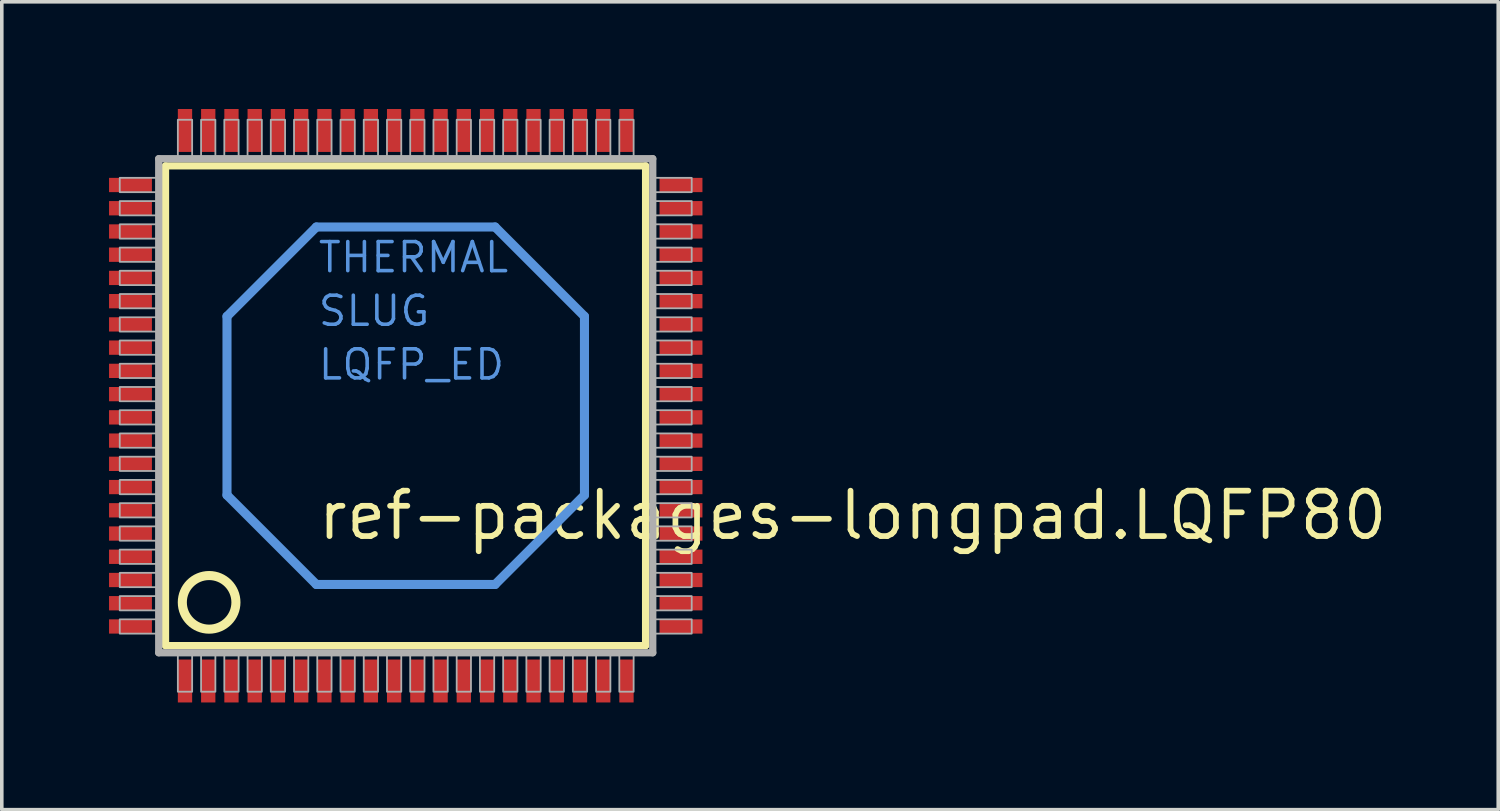
<source format=kicad_pcb>
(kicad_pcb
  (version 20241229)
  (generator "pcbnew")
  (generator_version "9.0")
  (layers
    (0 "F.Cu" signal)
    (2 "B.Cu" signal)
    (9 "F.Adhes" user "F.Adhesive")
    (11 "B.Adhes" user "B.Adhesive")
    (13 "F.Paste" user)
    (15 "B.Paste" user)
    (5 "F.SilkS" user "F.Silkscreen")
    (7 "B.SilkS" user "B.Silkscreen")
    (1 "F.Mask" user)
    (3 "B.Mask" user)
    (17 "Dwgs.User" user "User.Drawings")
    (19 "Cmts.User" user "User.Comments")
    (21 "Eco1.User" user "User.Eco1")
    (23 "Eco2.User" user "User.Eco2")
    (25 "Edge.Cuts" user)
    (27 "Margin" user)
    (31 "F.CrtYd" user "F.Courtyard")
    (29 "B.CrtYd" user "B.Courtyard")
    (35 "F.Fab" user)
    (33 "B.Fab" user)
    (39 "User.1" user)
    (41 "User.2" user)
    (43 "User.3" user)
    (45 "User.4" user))
  (footprint "ref-packages-longpad.LQFP80"
    (layer "F.Cu")
    (at 8.3 8.3)
    (property "Reference" "ref-packages-longpad.LQFP80" (at -2.54 3.81 0) (layer "F.SilkS") (effects (font (size 1.27 1.27) (thickness 0.16)) (justify left bottom)))
    (attr smd)
    (fp_line (start -6.72 -6.71) (end 6.71 -6.71) (stroke (width 0.203) (type default)) (layer "F.SilkS"))
    (fp_line (start -6.72 6.71) (end -6.72 -6.71) (stroke (width 0.203) (type default)) (layer "F.SilkS"))
    (fp_line (start 6.71 -6.71) (end 6.71 6.71) (stroke (width 0.203) (type default)) (layer "F.SilkS"))
    (fp_line (start 6.71 6.71) (end -6.72 6.71) (stroke (width 0.203) (type default)) (layer "F.SilkS"))
    (fp_circle (center -5.5 5.5) (end -4.75 5.5) (stroke (width 0.254) (type default)) (fill no) (layer "F.SilkS"))
    (fp_line (start -5 -2.5) (end -2.5 -5) (stroke (width 0.254) (type default)) (layer "Cmts.User"))
    (fp_line (start -5 2.5) (end -5 -2.5) (stroke (width 0.254) (type default)) (layer "Cmts.User"))
    (fp_line (start -2.5 -5) (end 2.5 -5) (stroke (width 0.254) (type default)) (layer "Cmts.User"))
    (fp_line (start -2.5 5) (end -5 2.5) (stroke (width 0.254) (type default)) (layer "Cmts.User"))
    (fp_line (start 2.5 -5) (end 5 -2.5) (stroke (width 0.254) (type default)) (layer "Cmts.User"))
    (fp_line (start 2.5 5) (end -2.5 5) (stroke (width 0.254) (type default)) (layer "Cmts.User"))
    (fp_line (start 5 -2.5) (end 5 2.5) (stroke (width 0.254) (type default)) (layer "Cmts.User"))
    (fp_line (start 5 2.5) (end 2.5 5) (stroke (width 0.254) (type default)) (layer "Cmts.User"))
    (fp_line (start -6.91 -6.91) (end -6.91 6.91) (stroke (width 0.203) (type default)) (layer "F.Fab"))
    (fp_line (start -6.91 6.91) (end 6.91 6.91) (stroke (width 0.203) (type default)) (layer "F.Fab"))
    (fp_line (start 6.91 -6.91) (end -6.91 -6.91) (stroke (width 0.203) (type default)) (layer "F.Fab"))
    (fp_line (start 6.91 6.91) (end 6.91 -6.91) (stroke (width 0.203) (type default)) (layer "F.Fab"))
    (fp_rect (start -8 -5.975) (end -6.95 -6.375) (stroke (width 0.05) (type default)) (fill no) (layer "F.Fab"))
    (fp_rect (start -8 -5.325) (end -6.95 -5.725) (stroke (width 0.05) (type default)) (fill no) (layer "F.Fab"))
    (fp_rect (start -8 -4.675) (end -6.95 -5.075) (stroke (width 0.05) (type default)) (fill no) (layer "F.Fab"))
    (fp_rect (start -8 -4.025) (end -6.95 -4.425) (stroke (width 0.05) (type default)) (fill no) (layer "F.Fab"))
    (fp_rect (start -8 -3.375) (end -6.95 -3.775) (stroke (width 0.05) (type default)) (fill no) (layer "F.Fab"))
    (fp_rect (start -8 -2.725) (end -6.95 -3.125) (stroke (width 0.05) (type default)) (fill no) (layer "F.Fab"))
    (fp_rect (start -8 -2.075) (end -6.95 -2.475) (stroke (width 0.05) (type default)) (fill no) (layer "F.Fab"))
    (fp_rect (start -8 -1.425) (end -6.95 -1.825) (stroke (width 0.05) (type default)) (fill no) (layer "F.Fab"))
    (fp_rect (start -8 -0.775) (end -6.95 -1.175) (stroke (width 0.05) (type default)) (fill no) (layer "F.Fab"))
    (fp_rect (start -8 -0.125) (end -6.95 -0.525) (stroke (width 0.05) (type default)) (fill no) (layer "F.Fab"))
    (fp_rect (start -8 0.525) (end -6.95 0.125) (stroke (width 0.05) (type default)) (fill no) (layer "F.Fab"))
    (fp_rect (start -8 1.175) (end -6.95 0.775) (stroke (width 0.05) (type default)) (fill no) (layer "F.Fab"))
    (fp_rect (start -8 1.825) (end -6.95 1.425) (stroke (width 0.05) (type default)) (fill no) (layer "F.Fab"))
    (fp_rect (start -8 2.475) (end -6.95 2.075) (stroke (width 0.05) (type default)) (fill no) (layer "F.Fab"))
    (fp_rect (start -8 3.125) (end -6.95 2.725) (stroke (width 0.05) (type default)) (fill no) (layer "F.Fab"))
    (fp_rect (start -8 3.775) (end -6.95 3.375) (stroke (width 0.05) (type default)) (fill no) (layer "F.Fab"))
    (fp_rect (start -8 4.425) (end -6.95 4.025) (stroke (width 0.05) (type default)) (fill no) (layer "F.Fab"))
    (fp_rect (start -8 5.075) (end -6.95 4.675) (stroke (width 0.05) (type default)) (fill no) (layer "F.Fab"))
    (fp_rect (start -8 5.725) (end -6.95 5.325) (stroke (width 0.05) (type default)) (fill no) (layer "F.Fab"))
    (fp_rect (start -8 6.375) (end -6.95 5.975) (stroke (width 0.05) (type default)) (fill no) (layer "F.Fab"))
    (fp_rect (start -6.375 -6.95) (end -5.975 -8) (stroke (width 0.05) (type default)) (fill no) (layer "F.Fab"))
    (fp_rect (start -6.375 8) (end -5.975 6.95) (stroke (width 0.05) (type default)) (fill no) (layer "F.Fab"))
    (fp_rect (start -5.725 -6.95) (end -5.325 -8) (stroke (width 0.05) (type default)) (fill no) (layer "F.Fab"))
    (fp_rect (start -5.725 8) (end -5.325 6.95) (stroke (width 0.05) (type default)) (fill no) (layer "F.Fab"))
    (fp_rect (start -5.075 -6.95) (end -4.675 -8) (stroke (width 0.05) (type default)) (fill no) (layer "F.Fab"))
    (fp_rect (start -5.075 8) (end -4.675 6.95) (stroke (width 0.05) (type default)) (fill no) (layer "F.Fab"))
    (fp_rect (start -4.425 -6.95) (end -4.025 -8) (stroke (width 0.05) (type default)) (fill no) (layer "F.Fab"))
    (fp_rect (start -4.425 8) (end -4.025 6.95) (stroke (width 0.05) (type default)) (fill no) (layer "F.Fab"))
    (fp_rect (start -3.775 -6.95) (end -3.375 -8) (stroke (width 0.05) (type default)) (fill no) (layer "F.Fab"))
    (fp_rect (start -3.775 8) (end -3.375 6.95) (stroke (width 0.05) (type default)) (fill no) (layer "F.Fab"))
    (fp_rect (start -3.125 -6.95) (end -2.725 -8) (stroke (width 0.05) (type default)) (fill no) (layer "F.Fab"))
    (fp_rect (start -3.125 8) (end -2.725 6.95) (stroke (width 0.05) (type default)) (fill no) (layer "F.Fab"))
    (fp_rect (start -2.475 -6.95) (end -2.075 -8) (stroke (width 0.05) (type default)) (fill no) (layer "F.Fab"))
    (fp_rect (start -2.475 8) (end -2.075 6.95) (stroke (width 0.05) (type default)) (fill no) (layer "F.Fab"))
    (fp_rect (start -1.825 -6.95) (end -1.425 -8) (stroke (width 0.05) (type default)) (fill no) (layer "F.Fab"))
    (fp_rect (start -1.825 8) (end -1.425 6.95) (stroke (width 0.05) (type default)) (fill no) (layer "F.Fab"))
    (fp_rect (start -1.175 -6.95) (end -0.775 -8) (stroke (width 0.05) (type default)) (fill no) (layer "F.Fab"))
    (fp_rect (start -1.175 8) (end -0.775 6.95) (stroke (width 0.05) (type default)) (fill no) (layer "F.Fab"))
    (fp_rect (start -0.525 -6.95) (end -0.125 -8) (stroke (width 0.05) (type default)) (fill no) (layer "F.Fab"))
    (fp_rect (start -0.525 8) (end -0.125 6.95) (stroke (width 0.05) (type default)) (fill no) (layer "F.Fab"))
    (fp_rect (start 0.125 -6.95) (end 0.525 -8) (stroke (width 0.05) (type default)) (fill no) (layer "F.Fab"))
    (fp_rect (start 0.125 8) (end 0.525 6.95) (stroke (width 0.05) (type default)) (fill no) (layer "F.Fab"))
    (fp_rect (start 0.775 -6.95) (end 1.175 -8) (stroke (width 0.05) (type default)) (fill no) (layer "F.Fab"))
    (fp_rect (start 0.775 8) (end 1.175 6.95) (stroke (width 0.05) (type default)) (fill no) (layer "F.Fab"))
    (fp_rect (start 1.425 -6.95) (end 1.825 -8) (stroke (width 0.05) (type default)) (fill no) (layer "F.Fab"))
    (fp_rect (start 1.425 8) (end 1.825 6.95) (stroke (width 0.05) (type default)) (fill no) (layer "F.Fab"))
    (fp_rect (start 2.075 -6.95) (end 2.475 -8) (stroke (width 0.05) (type default)) (fill no) (layer "F.Fab"))
    (fp_rect (start 2.075 8) (end 2.475 6.95) (stroke (width 0.05) (type default)) (fill no) (layer "F.Fab"))
    (fp_rect (start 2.725 -6.95) (end 3.125 -8) (stroke (width 0.05) (type default)) (fill no) (layer "F.Fab"))
    (fp_rect (start 2.725 8) (end 3.125 6.95) (stroke (width 0.05) (type default)) (fill no) (layer "F.Fab"))
    (fp_rect (start 3.375 -6.95) (end 3.775 -8) (stroke (width 0.05) (type default)) (fill no) (layer "F.Fab"))
    (fp_rect (start 3.375 8) (end 3.775 6.95) (stroke (width 0.05) (type default)) (fill no) (layer "F.Fab"))
    (fp_rect (start 4.025 -6.95) (end 4.425 -8) (stroke (width 0.05) (type default)) (fill no) (layer "F.Fab"))
    (fp_rect (start 4.025 8) (end 4.425 6.95) (stroke (width 0.05) (type default)) (fill no) (layer "F.Fab"))
    (fp_rect (start 4.675 -6.95) (end 5.075 -8) (stroke (width 0.05) (type default)) (fill no) (layer "F.Fab"))
    (fp_rect (start 4.675 8) (end 5.075 6.95) (stroke (width 0.05) (type default)) (fill no) (layer "F.Fab"))
    (fp_rect (start 5.325 -6.95) (end 5.725 -8) (stroke (width 0.05) (type default)) (fill no) (layer "F.Fab"))
    (fp_rect (start 5.325 8) (end 5.725 6.95) (stroke (width 0.05) (type default)) (fill no) (layer "F.Fab"))
    (fp_rect (start 5.975 -6.95) (end 6.375 -8) (stroke (width 0.05) (type default)) (fill no) (layer "F.Fab"))
    (fp_rect (start 5.975 8) (end 6.375 6.95) (stroke (width 0.05) (type default)) (fill no) (layer "F.Fab"))
    (fp_rect (start 6.95 -5.975) (end 8 -6.375) (stroke (width 0.05) (type default)) (fill no) (layer "F.Fab"))
    (fp_rect (start 6.95 -5.325) (end 8 -5.725) (stroke (width 0.05) (type default)) (fill no) (layer "F.Fab"))
    (fp_rect (start 6.95 -4.675) (end 8 -5.075) (stroke (width 0.05) (type default)) (fill no) (layer "F.Fab"))
    (fp_rect (start 6.95 -4.025) (end 8 -4.425) (stroke (width 0.05) (type default)) (fill no) (layer "F.Fab"))
    (fp_rect (start 6.95 -3.375) (end 8 -3.775) (stroke (width 0.05) (type default)) (fill no) (layer "F.Fab"))
    (fp_rect (start 6.95 -2.725) (end 8 -3.125) (stroke (width 0.05) (type default)) (fill no) (layer "F.Fab"))
    (fp_rect (start 6.95 -2.075) (end 8 -2.475) (stroke (width 0.05) (type default)) (fill no) (layer "F.Fab"))
    (fp_rect (start 6.95 -1.425) (end 8 -1.825) (stroke (width 0.05) (type default)) (fill no) (layer "F.Fab"))
    (fp_rect (start 6.95 -0.775) (end 8 -1.175) (stroke (width 0.05) (type default)) (fill no) (layer "F.Fab"))
    (fp_rect (start 6.95 -0.125) (end 8 -0.525) (stroke (width 0.05) (type default)) (fill no) (layer "F.Fab"))
    (fp_rect (start 6.95 0.525) (end 8 0.125) (stroke (width 0.05) (type default)) (fill no) (layer "F.Fab"))
    (fp_rect (start 6.95 1.175) (end 8 0.775) (stroke (width 0.05) (type default)) (fill no) (layer "F.Fab"))
    (fp_rect (start 6.95 1.825) (end 8 1.425) (stroke (width 0.05) (type default)) (fill no) (layer "F.Fab"))
    (fp_rect (start 6.95 2.475) (end 8 2.075) (stroke (width 0.05) (type default)) (fill no) (layer "F.Fab"))
    (fp_rect (start 6.95 3.125) (end 8 2.725) (stroke (width 0.05) (type default)) (fill no) (layer "F.Fab"))
    (fp_rect (start 6.95 3.775) (end 8 3.375) (stroke (width 0.05) (type default)) (fill no) (layer "F.Fab"))
    (fp_rect (start 6.95 4.425) (end 8 4.025) (stroke (width 0.05) (type default)) (fill no) (layer "F.Fab"))
    (fp_rect (start 6.95 5.075) (end 8 4.675) (stroke (width 0.05) (type default)) (fill no) (layer "F.Fab"))
    (fp_rect (start 6.95 5.725) (end 8 5.325) (stroke (width 0.05) (type default)) (fill no) (layer "F.Fab"))
    (fp_rect (start 6.95 6.375) (end 8 5.975) (stroke (width 0.05) (type default)) (fill no) (layer "F.Fab"))
    (fp_text user "SLUG" (at -2.5 -2.175 0) (layer "Cmts.User") (effects (font (size 0.813 0.813) (thickness 0.1)) (justify left bottom)))
    (fp_text user "THERMAL" (at -2.5 -3.675 0) (layer "Cmts.User") (effects (font (size 0.813 0.813) (thickness 0.1)) (justify left bottom)))
    (fp_text user "LQFP_ED" (at -2.5 -0.675 0) (layer "Cmts.User") (effects (font (size 0.813 0.813) (thickness 0.1)) (justify left bottom)))
    (pad "1" smd roundrect (at -6.175 7.7) (size 0.4 1.2) (layers "F.Cu" "F.Mask" "F.Paste") (roundrect_rratio 0.01))
    (pad "2" smd roundrect (at -5.525 7.7) (size 0.4 1.2) (layers "F.Cu" "F.Mask" "F.Paste") (roundrect_rratio 0.01))
    (pad "3" smd roundrect (at -4.875 7.7) (size 0.4 1.2) (layers "F.Cu" "F.Mask" "F.Paste") (roundrect_rratio 0.01))
    (pad "4" smd roundrect (at -4.225 7.7) (size 0.4 1.2) (layers "F.Cu" "F.Mask" "F.Paste") (roundrect_rratio 0.01))
    (pad "5" smd roundrect (at -3.575 7.7) (size 0.4 1.2) (layers "F.Cu" "F.Mask" "F.Paste") (roundrect_rratio 0.01))
    (pad "6" smd roundrect (at -2.925 7.7) (size 0.4 1.2) (layers "F.Cu" "F.Mask" "F.Paste") (roundrect_rratio 0.01))
    (pad "7" smd roundrect (at -2.275 7.7) (size 0.4 1.2) (layers "F.Cu" "F.Mask" "F.Paste") (roundrect_rratio 0.01))
    (pad "8" smd roundrect (at -1.625 7.7) (size 0.4 1.2) (layers "F.Cu" "F.Mask" "F.Paste") (roundrect_rratio 0.01))
    (pad "9" smd roundrect (at -0.975 7.7) (size 0.4 1.2) (layers "F.Cu" "F.Mask" "F.Paste") (roundrect_rratio 0.01))
    (pad "10" smd roundrect (at -0.325 7.7) (size 0.4 1.2) (layers "F.Cu" "F.Mask" "F.Paste") (roundrect_rratio 0.01))
    (pad "11" smd roundrect (at 0.325 7.7) (size 0.4 1.2) (layers "F.Cu" "F.Mask" "F.Paste") (roundrect_rratio 0.01))
    (pad "12" smd roundrect (at 0.975 7.7) (size 0.4 1.2) (layers "F.Cu" "F.Mask" "F.Paste") (roundrect_rratio 0.01))
    (pad "13" smd roundrect (at 1.625 7.7) (size 0.4 1.2) (layers "F.Cu" "F.Mask" "F.Paste") (roundrect_rratio 0.01))
    (pad "14" smd roundrect (at 2.275 7.7) (size 0.4 1.2) (layers "F.Cu" "F.Mask" "F.Paste") (roundrect_rratio 0.01))
    (pad "15" smd roundrect (at 2.925 7.7) (size 0.4 1.2) (layers "F.Cu" "F.Mask" "F.Paste") (roundrect_rratio 0.01))
    (pad "16" smd roundrect (at 3.575 7.7) (size 0.4 1.2) (layers "F.Cu" "F.Mask" "F.Paste") (roundrect_rratio 0.01))
    (pad "17" smd roundrect (at 4.225 7.7) (size 0.4 1.2) (layers "F.Cu" "F.Mask" "F.Paste") (roundrect_rratio 0.01))
    (pad "18" smd roundrect (at 4.875 7.7) (size 0.4 1.2) (layers "F.Cu" "F.Mask" "F.Paste") (roundrect_rratio 0.01))
    (pad "19" smd roundrect (at 5.525 7.7) (size 0.4 1.2) (layers "F.Cu" "F.Mask" "F.Paste") (roundrect_rratio 0.01))
    (pad "20" smd roundrect (at 6.175 7.7) (size 0.4 1.2) (layers "F.Cu" "F.Mask" "F.Paste") (roundrect_rratio 0.01))
    (pad "21" smd roundrect (at 7.7 6.175) (size 1.2 0.4) (layers "F.Cu" "F.Mask" "F.Paste") (roundrect_rratio 0.01))
    (pad "22" smd roundrect (at 7.7 5.525) (size 1.2 0.4) (layers "F.Cu" "F.Mask" "F.Paste") (roundrect_rratio 0.01))
    (pad "23" smd roundrect (at 7.7 4.875) (size 1.2 0.4) (layers "F.Cu" "F.Mask" "F.Paste") (roundrect_rratio 0.01))
    (pad "24" smd roundrect (at 7.7 4.225) (size 1.2 0.4) (layers "F.Cu" "F.Mask" "F.Paste") (roundrect_rratio 0.01))
    (pad "25" smd roundrect (at 7.7 3.575) (size 1.2 0.4) (layers "F.Cu" "F.Mask" "F.Paste") (roundrect_rratio 0.01))
    (pad "26" smd roundrect (at 7.7 2.925) (size 1.2 0.4) (layers "F.Cu" "F.Mask" "F.Paste") (roundrect_rratio 0.01))
    (pad "27" smd roundrect (at 7.7 2.275) (size 1.2 0.4) (layers "F.Cu" "F.Mask" "F.Paste") (roundrect_rratio 0.01))
    (pad "28" smd roundrect (at 7.7 1.625) (size 1.2 0.4) (layers "F.Cu" "F.Mask" "F.Paste") (roundrect_rratio 0.01))
    (pad "29" smd roundrect (at 7.7 0.975) (size 1.2 0.4) (layers "F.Cu" "F.Mask" "F.Paste") (roundrect_rratio 0.01))
    (pad "30" smd roundrect (at 7.7 0.325) (size 1.2 0.4) (layers "F.Cu" "F.Mask" "F.Paste") (roundrect_rratio 0.01))
    (pad "31" smd roundrect (at 7.7 -0.325) (size 1.2 0.4) (layers "F.Cu" "F.Mask" "F.Paste") (roundrect_rratio 0.01))
    (pad "32" smd roundrect (at 7.7 -0.975) (size 1.2 0.4) (layers "F.Cu" "F.Mask" "F.Paste") (roundrect_rratio 0.01))
    (pad "33" smd roundrect (at 7.7 -1.625) (size 1.2 0.4) (layers "F.Cu" "F.Mask" "F.Paste") (roundrect_rratio 0.01))
    (pad "34" smd roundrect (at 7.7 -2.275) (size 1.2 0.4) (layers "F.Cu" "F.Mask" "F.Paste") (roundrect_rratio 0.01))
    (pad "35" smd roundrect (at 7.7 -2.925) (size 1.2 0.4) (layers "F.Cu" "F.Mask" "F.Paste") (roundrect_rratio 0.01))
    (pad "36" smd roundrect (at 7.7 -3.575) (size 1.2 0.4) (layers "F.Cu" "F.Mask" "F.Paste") (roundrect_rratio 0.01))
    (pad "37" smd roundrect (at 7.7 -4.225) (size 1.2 0.4) (layers "F.Cu" "F.Mask" "F.Paste") (roundrect_rratio 0.01))
    (pad "38" smd roundrect (at 7.7 -4.875) (size 1.2 0.4) (layers "F.Cu" "F.Mask" "F.Paste") (roundrect_rratio 0.01))
    (pad "39" smd roundrect (at 7.7 -5.525) (size 1.2 0.4) (layers "F.Cu" "F.Mask" "F.Paste") (roundrect_rratio 0.01))
    (pad "40" smd roundrect (at 7.7 -6.175) (size 1.2 0.4) (layers "F.Cu" "F.Mask" "F.Paste") (roundrect_rratio 0.01))
    (pad "41" smd roundrect (at 6.175 -7.7) (size 0.4 1.2) (layers "F.Cu" "F.Mask" "F.Paste") (roundrect_rratio 0.01))
    (pad "42" smd roundrect (at 5.525 -7.7) (size 0.4 1.2) (layers "F.Cu" "F.Mask" "F.Paste") (roundrect_rratio 0.01))
    (pad "43" smd roundrect (at 4.875 -7.7) (size 0.4 1.2) (layers "F.Cu" "F.Mask" "F.Paste") (roundrect_rratio 0.01))
    (pad "44" smd roundrect (at 4.225 -7.7) (size 0.4 1.2) (layers "F.Cu" "F.Mask" "F.Paste") (roundrect_rratio 0.01))
    (pad "45" smd roundrect (at 3.575 -7.7) (size 0.4 1.2) (layers "F.Cu" "F.Mask" "F.Paste") (roundrect_rratio 0.01))
    (pad "46" smd roundrect (at 2.925 -7.7) (size 0.4 1.2) (layers "F.Cu" "F.Mask" "F.Paste") (roundrect_rratio 0.01))
    (pad "47" smd roundrect (at 2.275 -7.7) (size 0.4 1.2) (layers "F.Cu" "F.Mask" "F.Paste") (roundrect_rratio 0.01))
    (pad "48" smd roundrect (at 1.625 -7.7) (size 0.4 1.2) (layers "F.Cu" "F.Mask" "F.Paste") (roundrect_rratio 0.01))
    (pad "49" smd roundrect (at 0.975 -7.7) (size 0.4 1.2) (layers "F.Cu" "F.Mask" "F.Paste") (roundrect_rratio 0.01))
    (pad "50" smd roundrect (at 0.325 -7.7) (size 0.4 1.2) (layers "F.Cu" "F.Mask" "F.Paste") (roundrect_rratio 0.01))
    (pad "51" smd roundrect (at -0.325 -7.7) (size 0.4 1.2) (layers "F.Cu" "F.Mask" "F.Paste") (roundrect_rratio 0.01))
    (pad "52" smd roundrect (at -0.975 -7.7) (size 0.4 1.2) (layers "F.Cu" "F.Mask" "F.Paste") (roundrect_rratio 0.01))
    (pad "53" smd roundrect (at -1.625 -7.7) (size 0.4 1.2) (layers "F.Cu" "F.Mask" "F.Paste") (roundrect_rratio 0.01))
    (pad "54" smd roundrect (at -2.275 -7.7) (size 0.4 1.2) (layers "F.Cu" "F.Mask" "F.Paste") (roundrect_rratio 0.01))
    (pad "55" smd roundrect (at -2.925 -7.7) (size 0.4 1.2) (layers "F.Cu" "F.Mask" "F.Paste") (roundrect_rratio 0.01))
    (pad "56" smd roundrect (at -3.575 -7.7) (size 0.4 1.2) (layers "F.Cu" "F.Mask" "F.Paste") (roundrect_rratio 0.01))
    (pad "57" smd roundrect (at -4.225 -7.7) (size 0.4 1.2) (layers "F.Cu" "F.Mask" "F.Paste") (roundrect_rratio 0.01))
    (pad "58" smd roundrect (at -4.875 -7.7) (size 0.4 1.2) (layers "F.Cu" "F.Mask" "F.Paste") (roundrect_rratio 0.01))
    (pad "59" smd roundrect (at -5.525 -7.7) (size 0.4 1.2) (layers "F.Cu" "F.Mask" "F.Paste") (roundrect_rratio 0.01))
    (pad "60" smd roundrect (at -6.175 -7.7) (size 0.4 1.2) (layers "F.Cu" "F.Mask" "F.Paste") (roundrect_rratio 0.01))
    (pad "61" smd roundrect (at -7.7 -6.175) (size 1.2 0.4) (layers "F.Cu" "F.Mask" "F.Paste") (roundrect_rratio 0.01))
    (pad "62" smd roundrect (at -7.7 -5.525) (size 1.2 0.4) (layers "F.Cu" "F.Mask" "F.Paste") (roundrect_rratio 0.01))
    (pad "63" smd roundrect (at -7.7 -4.875) (size 1.2 0.4) (layers "F.Cu" "F.Mask" "F.Paste") (roundrect_rratio 0.01))
    (pad "64" smd roundrect (at -7.7 -4.225) (size 1.2 0.4) (layers "F.Cu" "F.Mask" "F.Paste") (roundrect_rratio 0.01))
    (pad "65" smd roundrect (at -7.7 -3.575) (size 1.2 0.4) (layers "F.Cu" "F.Mask" "F.Paste") (roundrect_rratio 0.01))
    (pad "66" smd roundrect (at -7.7 -2.925) (size 1.2 0.4) (layers "F.Cu" "F.Mask" "F.Paste") (roundrect_rratio 0.01))
    (pad "67" smd roundrect (at -7.7 -2.275) (size 1.2 0.4) (layers "F.Cu" "F.Mask" "F.Paste") (roundrect_rratio 0.01))
    (pad "68" smd roundrect (at -7.7 -1.625) (size 1.2 0.4) (layers "F.Cu" "F.Mask" "F.Paste") (roundrect_rratio 0.01))
    (pad "69" smd roundrect (at -7.7 -0.975) (size 1.2 0.4) (layers "F.Cu" "F.Mask" "F.Paste") (roundrect_rratio 0.01))
    (pad "70" smd roundrect (at -7.7 -0.325) (size 1.2 0.4) (layers "F.Cu" "F.Mask" "F.Paste") (roundrect_rratio 0.01))
    (pad "71" smd roundrect (at -7.7 0.325) (size 1.2 0.4) (layers "F.Cu" "F.Mask" "F.Paste") (roundrect_rratio 0.01))
    (pad "72" smd roundrect (at -7.7 0.975) (size 1.2 0.4) (layers "F.Cu" "F.Mask" "F.Paste") (roundrect_rratio 0.01))
    (pad "73" smd roundrect (at -7.7 1.625) (size 1.2 0.4) (layers "F.Cu" "F.Mask" "F.Paste") (roundrect_rratio 0.01))
    (pad "74" smd roundrect (at -7.7 2.275) (size 1.2 0.4) (layers "F.Cu" "F.Mask" "F.Paste") (roundrect_rratio 0.01))
    (pad "75" smd roundrect (at -7.7 2.925) (size 1.2 0.4) (layers "F.Cu" "F.Mask" "F.Paste") (roundrect_rratio 0.01))
    (pad "76" smd roundrect (at -7.7 3.575) (size 1.2 0.4) (layers "F.Cu" "F.Mask" "F.Paste") (roundrect_rratio 0.01))
    (pad "77" smd roundrect (at -7.7 4.225) (size 1.2 0.4) (layers "F.Cu" "F.Mask" "F.Paste") (roundrect_rratio 0.01))
    (pad "78" smd roundrect (at -7.7 4.875) (size 1.2 0.4) (layers "F.Cu" "F.Mask" "F.Paste") (roundrect_rratio 0.01))
    (pad "79" smd roundrect (at -7.7 5.525) (size 1.2 0.4) (layers "F.Cu" "F.Mask" "F.Paste") (roundrect_rratio 0.01))
    (pad "80" smd roundrect (at -7.7 6.175) (size 1.2 0.4) (layers "F.Cu" "F.Mask" "F.Paste") (roundrect_rratio 0.01)))
  (gr_rect
    (start -3 -3)
    (end 38.861 19.6)
    (stroke (width 0.1) (type default))
    (fill no)
    (layer "Edge.Cuts")))
</source>
